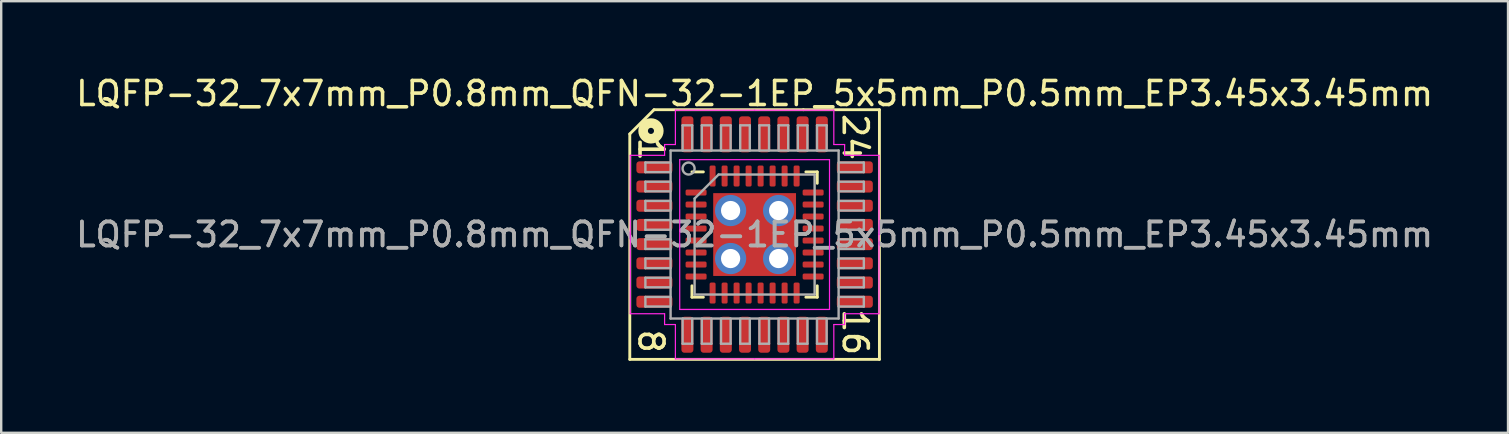
<source format=kicad_pcb>
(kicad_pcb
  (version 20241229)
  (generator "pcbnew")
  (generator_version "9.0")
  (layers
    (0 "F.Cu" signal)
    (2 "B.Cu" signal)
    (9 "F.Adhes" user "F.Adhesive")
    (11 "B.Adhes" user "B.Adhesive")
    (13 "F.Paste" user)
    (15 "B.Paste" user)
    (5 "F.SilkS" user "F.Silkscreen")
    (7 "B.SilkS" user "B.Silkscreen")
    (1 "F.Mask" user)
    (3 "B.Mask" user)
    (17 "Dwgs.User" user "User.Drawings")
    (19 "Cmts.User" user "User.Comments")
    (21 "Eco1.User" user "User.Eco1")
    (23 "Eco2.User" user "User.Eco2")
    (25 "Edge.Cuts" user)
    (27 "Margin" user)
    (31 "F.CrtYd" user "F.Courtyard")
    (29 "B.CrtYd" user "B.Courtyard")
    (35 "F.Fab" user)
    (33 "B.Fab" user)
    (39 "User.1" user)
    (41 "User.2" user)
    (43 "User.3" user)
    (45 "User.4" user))
  (footprint "LQFP-32_7x7mm_P0.8mm_QFN-32-1EP_5x5mm_P0.5mm_EP3.45x3.45mm"
    (layer "F.Cu")
    (at 28.387 6.721)
    (property "Reference" "LQFP-32_7x7mm_P0.8mm_QFN-32-1EP_5x5mm_P0.5mm_EP3.45x3.45mm" (at 0 -5.873 0) (layer "F.SilkS") (effects (font (size 1 1) (thickness 0.15))))
    (attr smd)
    (fp_line (start -5.2 -4.191) (end -5.2 5.2) (stroke (width 0.12) (type solid)) (layer "F.SilkS"))
    (fp_line (start -5.2 5.2) (end 5.2 5.2) (stroke (width 0.12) (type solid)) (layer "F.SilkS"))
    (fp_line (start -4.191 -5.2) (end -5.2 -4.191) (stroke (width 0.12) (type solid)) (layer "F.SilkS"))
    (fp_line (start -2.61 2.61) (end -2.61 2.135) (stroke (width 0.12) (type solid)) (layer "F.SilkS"))
    (fp_line (start -2.135 -2.61) (end -2.61 -2.61) (stroke (width 0.12) (type solid)) (layer "F.SilkS"))
    (fp_line (start -2.135 2.61) (end -2.61 2.61) (stroke (width 0.12) (type solid)) (layer "F.SilkS"))
    (fp_line (start 2.032 -5.2) (end -4.191 -5.2) (stroke (width 0.12) (type solid)) (layer "F.SilkS"))
    (fp_line (start 2.135 -2.61) (end 2.61 -2.61) (stroke (width 0.12) (type solid)) (layer "F.SilkS"))
    (fp_line (start 2.135 2.61) (end 2.61 2.61) (stroke (width 0.12) (type solid)) (layer "F.SilkS"))
    (fp_line (start 2.61 -2.61) (end 2.61 -2.135) (stroke (width 0.12) (type solid)) (layer "F.SilkS"))
    (fp_line (start 2.61 2.61) (end 2.61 2.135) (stroke (width 0.12) (type solid)) (layer "F.SilkS"))
    (fp_line (start 5.2 -5.2) (end 2.032 -5.2) (stroke (width 0.12) (type solid)) (layer "F.SilkS"))
    (fp_line (start 5.2 5.2) (end 5.2 -5.2) (stroke (width 0.12) (type solid)) (layer "F.SilkS"))
    (fp_circle (center -4.318 -4.318) (end -4.191 -4.318) (stroke (width 0.4) (type solid)) (fill no) (layer "F.SilkS"))
    (fp_line (start -5.18 -3.3) (end -5.18 0) (stroke (width 0.05) (type solid)) (layer "F.CrtYd"))
    (fp_line (start -5.18 3.3) (end -5.18 0) (stroke (width 0.05) (type solid)) (layer "F.CrtYd"))
    (fp_line (start -3.75 -3.75) (end -3.75 -3.3) (stroke (width 0.05) (type solid)) (layer "F.CrtYd"))
    (fp_line (start -3.75 -3.3) (end -5.18 -3.3) (stroke (width 0.05) (type solid)) (layer "F.CrtYd"))
    (fp_line (start -3.75 3.3) (end -5.18 3.3) (stroke (width 0.05) (type solid)) (layer "F.CrtYd"))
    (fp_line (start -3.75 3.75) (end -3.75 3.3) (stroke (width 0.05) (type solid)) (layer "F.CrtYd"))
    (fp_line (start -3.3 -5.18) (end -3.3 -3.75) (stroke (width 0.05) (type solid)) (layer "F.CrtYd"))
    (fp_line (start -3.3 -3.75) (end -3.75 -3.75) (stroke (width 0.05) (type solid)) (layer "F.CrtYd"))
    (fp_line (start -3.3 3.75) (end -3.75 3.75) (stroke (width 0.05) (type solid)) (layer "F.CrtYd"))
    (fp_line (start -3.3 5.18) (end -3.3 3.75) (stroke (width 0.05) (type solid)) (layer "F.CrtYd"))
    (fp_line (start -3.12 -3.12) (end -3.12 3.12) (stroke (width 0.05) (type solid)) (layer "F.CrtYd"))
    (fp_line (start -3.12 3.12) (end 3.12 3.12) (stroke (width 0.05) (type solid)) (layer "F.CrtYd"))
    (fp_line (start 0 -5.18) (end -3.3 -5.18) (stroke (width 0.05) (type solid)) (layer "F.CrtYd"))
    (fp_line (start 0 -5.18) (end 3.3 -5.18) (stroke (width 0.05) (type solid)) (layer "F.CrtYd"))
    (fp_line (start 0 5.18) (end -3.3 5.18) (stroke (width 0.05) (type solid)) (layer "F.CrtYd"))
    (fp_line (start 0 5.18) (end 3.3 5.18) (stroke (width 0.05) (type solid)) (layer "F.CrtYd"))
    (fp_line (start 3.12 -3.12) (end -3.12 -3.12) (stroke (width 0.05) (type solid)) (layer "F.CrtYd"))
    (fp_line (start 3.12 3.12) (end 3.12 -3.12) (stroke (width 0.05) (type solid)) (layer "F.CrtYd"))
    (fp_line (start 3.3 -5.18) (end 3.3 -3.75) (stroke (width 0.05) (type solid)) (layer "F.CrtYd"))
    (fp_line (start 3.3 -3.75) (end 3.75 -3.75) (stroke (width 0.05) (type solid)) (layer "F.CrtYd"))
    (fp_line (start 3.3 3.75) (end 3.75 3.75) (stroke (width 0.05) (type solid)) (layer "F.CrtYd"))
    (fp_line (start 3.3 5.18) (end 3.3 3.75) (stroke (width 0.05) (type solid)) (layer "F.CrtYd"))
    (fp_line (start 3.75 -3.75) (end 3.75 -3.3) (stroke (width 0.05) (type solid)) (layer "F.CrtYd"))
    (fp_line (start 3.75 -3.3) (end 5.18 -3.3) (stroke (width 0.05) (type solid)) (layer "F.CrtYd"))
    (fp_line (start 3.75 3.3) (end 5.18 3.3) (stroke (width 0.05) (type solid)) (layer "F.CrtYd"))
    (fp_line (start 3.75 3.75) (end 3.75 3.3) (stroke (width 0.05) (type solid)) (layer "F.CrtYd"))
    (fp_line (start 5.18 -3.3) (end 5.18 0) (stroke (width 0.05) (type solid)) (layer "F.CrtYd"))
    (fp_line (start 5.18 3.3) (end 5.18 0) (stroke (width 0.05) (type solid)) (layer "F.CrtYd"))
    (fp_line (start -4.55 -3) (end -4.55 -2.6) (stroke (width 0.1) (type solid)) (layer "F.Fab"))
    (fp_line (start -4.55 -3) (end -3.5 -3) (stroke (width 0.1) (type solid)) (layer "F.Fab"))
    (fp_line (start -4.55 -2.6) (end -3.5 -2.6) (stroke (width 0.1) (type solid)) (layer "F.Fab"))
    (fp_line (start -4.55 -2.2) (end -4.55 -1.8) (stroke (width 0.1) (type solid)) (layer "F.Fab"))
    (fp_line (start -4.55 -2.2) (end -3.5 -2.2) (stroke (width 0.1) (type solid)) (layer "F.Fab"))
    (fp_line (start -4.55 -1.8) (end -3.5 -1.8) (stroke (width 0.1) (type solid)) (layer "F.Fab"))
    (fp_line (start -4.55 -1.4) (end -4.55 -1) (stroke (width 0.1) (type solid)) (layer "F.Fab"))
    (fp_line (start -4.55 -1.4) (end -3.5 -1.4) (stroke (width 0.1) (type solid)) (layer "F.Fab"))
    (fp_line (start -4.55 -1) (end -3.5 -1) (stroke (width 0.1) (type solid)) (layer "F.Fab"))
    (fp_line (start -4.55 -0.6) (end -4.55 -0.2) (stroke (width 0.1) (type solid)) (layer "F.Fab"))
    (fp_line (start -4.55 -0.6) (end -3.5 -0.6) (stroke (width 0.1) (type solid)) (layer "F.Fab"))
    (fp_line (start -4.55 -0.2) (end -3.5 -0.2) (stroke (width 0.1) (type solid)) (layer "F.Fab"))
    (fp_line (start -4.55 0.2) (end -4.55 0.6) (stroke (width 0.1) (type solid)) (layer "F.Fab"))
    (fp_line (start -4.55 0.2) (end -3.5 0.2) (stroke (width 0.1) (type solid)) (layer "F.Fab"))
    (fp_line (start -4.55 0.6) (end -3.5 0.6) (stroke (width 0.1) (type solid)) (layer "F.Fab"))
    (fp_line (start -4.55 1) (end -4.55 1.4) (stroke (width 0.1) (type solid)) (layer "F.Fab"))
    (fp_line (start -4.55 1) (end -3.5 1) (stroke (width 0.1) (type solid)) (layer "F.Fab"))
    (fp_line (start -4.55 1.4) (end -3.5 1.4) (stroke (width 0.1) (type solid)) (layer "F.Fab"))
    (fp_line (start -4.55 1.8) (end -4.55 2.2) (stroke (width 0.1) (type solid)) (layer "F.Fab"))
    (fp_line (start -4.55 1.8) (end -3.5 1.8) (stroke (width 0.1) (type solid)) (layer "F.Fab"))
    (fp_line (start -4.55 2.2) (end -3.5 2.2) (stroke (width 0.1) (type solid)) (layer "F.Fab"))
    (fp_line (start -4.55 2.6) (end -4.55 3) (stroke (width 0.1) (type solid)) (layer "F.Fab"))
    (fp_line (start -4.55 2.6) (end -3.5 2.6) (stroke (width 0.1) (type solid)) (layer "F.Fab"))
    (fp_line (start -4.55 3) (end -3.5 3) (stroke (width 0.1) (type solid)) (layer "F.Fab"))
    (fp_line (start -3.5 -3.5) (end 3.5 -3.5) (stroke (width 0.1) (type solid)) (layer "F.Fab"))
    (fp_line (start -3.5 3.5) (end -3.5 -3.5) (stroke (width 0.1) (type solid)) (layer "F.Fab"))
    (fp_line (start -3 -4.55) (end -3 -3.5) (stroke (width 0.1) (type solid)) (layer "F.Fab"))
    (fp_line (start -3 4.55) (end -3 3.5) (stroke (width 0.1) (type solid)) (layer "F.Fab"))
    (fp_line (start -3 4.55) (end -2.6 4.55) (stroke (width 0.1) (type solid)) (layer "F.Fab"))
    (fp_line (start -2.6 -4.55) (end -3 -4.55) (stroke (width 0.1) (type solid)) (layer "F.Fab"))
    (fp_line (start -2.6 -4.55) (end -2.6 -3.5) (stroke (width 0.1) (type solid)) (layer "F.Fab"))
    (fp_line (start -2.6 4.55) (end -2.6 3.5) (stroke (width 0.1) (type solid)) (layer "F.Fab"))
    (fp_line (start -2.5 -1.5) (end -1.5 -2.5) (stroke (width 0.1) (type solid)) (layer "F.Fab"))
    (fp_line (start -2.5 2.5) (end -2.5 -1.5) (stroke (width 0.1) (type solid)) (layer "F.Fab"))
    (fp_line (start -2.2 -4.55) (end -2.2 -3.5) (stroke (width 0.1) (type solid)) (layer "F.Fab"))
    (fp_line (start -2.2 4.55) (end -2.2 3.5) (stroke (width 0.1) (type solid)) (layer "F.Fab"))
    (fp_line (start -2.2 4.55) (end -1.8 4.55) (stroke (width 0.1) (type solid)) (layer "F.Fab"))
    (fp_line (start -1.8 -4.55) (end -2.2 -4.55) (stroke (width 0.1) (type solid)) (layer "F.Fab"))
    (fp_line (start -1.8 -4.55) (end -1.8 -3.5) (stroke (width 0.1) (type solid)) (layer "F.Fab"))
    (fp_line (start -1.8 4.55) (end -1.8 3.5) (stroke (width 0.1) (type solid)) (layer "F.Fab"))
    (fp_line (start -1.5 -2.5) (end 2.5 -2.5) (stroke (width 0.1) (type solid)) (layer "F.Fab"))
    (fp_line (start -1.4 -4.55) (end -1.4 -3.5) (stroke (width 0.1) (type solid)) (layer "F.Fab"))
    (fp_line (start -1.4 4.55) (end -1.4 3.5) (stroke (width 0.1) (type solid)) (layer "F.Fab"))
    (fp_line (start -1.4 4.55) (end -1 4.55) (stroke (width 0.1) (type solid)) (layer "F.Fab"))
    (fp_line (start -1 -4.55) (end -1.4 -4.55) (stroke (width 0.1) (type solid)) (layer "F.Fab"))
    (fp_line (start -1 -4.55) (end -1 -3.5) (stroke (width 0.1) (type solid)) (layer "F.Fab"))
    (fp_line (start -1 4.55) (end -1 3.5) (stroke (width 0.1) (type solid)) (layer "F.Fab"))
    (fp_line (start -0.6 -4.55) (end -0.6 -3.5) (stroke (width 0.1) (type solid)) (layer "F.Fab"))
    (fp_line (start -0.6 4.55) (end -0.6 3.5) (stroke (width 0.1) (type solid)) (layer "F.Fab"))
    (fp_line (start -0.6 4.55) (end -0.2 4.55) (stroke (width 0.1) (type solid)) (layer "F.Fab"))
    (fp_line (start -0.2 -4.55) (end -0.6 -4.55) (stroke (width 0.1) (type solid)) (layer "F.Fab"))
    (fp_line (start -0.2 -4.55) (end -0.2 -3.5) (stroke (width 0.1) (type solid)) (layer "F.Fab"))
    (fp_line (start -0.2 4.55) (end -0.2 3.5) (stroke (width 0.1) (type solid)) (layer "F.Fab"))
    (fp_line (start 0.2 -4.55) (end 0.2 -3.5) (stroke (width 0.1) (type solid)) (layer "F.Fab"))
    (fp_line (start 0.2 4.55) (end 0.2 3.5) (stroke (width 0.1) (type solid)) (layer "F.Fab"))
    (fp_line (start 0.2 4.55) (end 0.6 4.55) (stroke (width 0.1) (type solid)) (layer "F.Fab"))
    (fp_line (start 0.6 -4.55) (end 0.2 -4.55) (stroke (width 0.1) (type solid)) (layer "F.Fab"))
    (fp_line (start 0.6 -4.55) (end 0.6 -3.5) (stroke (width 0.1) (type solid)) (layer "F.Fab"))
    (fp_line (start 0.6 4.55) (end 0.6 3.5) (stroke (width 0.1) (type solid)) (layer "F.Fab"))
    (fp_line (start 1 -4.55) (end 1 -3.5) (stroke (width 0.1) (type solid)) (layer "F.Fab"))
    (fp_line (start 1 4.55) (end 1 3.5) (stroke (width 0.1) (type solid)) (layer "F.Fab"))
    (fp_line (start 1 4.55) (end 1.4 4.55) (stroke (width 0.1) (type solid)) (layer "F.Fab"))
    (fp_line (start 1.4 -4.55) (end 1 -4.55) (stroke (width 0.1) (type solid)) (layer "F.Fab"))
    (fp_line (start 1.4 -4.55) (end 1.4 -3.5) (stroke (width 0.1) (type solid)) (layer "F.Fab"))
    (fp_line (start 1.4 4.55) (end 1.4 3.5) (stroke (width 0.1) (type solid)) (layer "F.Fab"))
    (fp_line (start 1.8 -4.55) (end 1.8 -3.5) (stroke (width 0.1) (type solid)) (layer "F.Fab"))
    (fp_line (start 1.8 4.55) (end 1.8 3.5) (stroke (width 0.1) (type solid)) (layer "F.Fab"))
    (fp_line (start 1.8 4.55) (end 2.2 4.55) (stroke (width 0.1) (type solid)) (layer "F.Fab"))
    (fp_line (start 2.2 -4.55) (end 1.8 -4.55) (stroke (width 0.1) (type solid)) (layer "F.Fab"))
    (fp_line (start 2.2 -4.55) (end 2.2 -3.5) (stroke (width 0.1) (type solid)) (layer "F.Fab"))
    (fp_line (start 2.2 4.55) (end 2.2 3.5) (stroke (width 0.1) (type solid)) (layer "F.Fab"))
    (fp_line (start 2.5 -2.5) (end 2.5 2.5) (stroke (width 0.1) (type solid)) (layer "F.Fab"))
    (fp_line (start 2.5 2.5) (end -2.5 2.5) (stroke (width 0.1) (type solid)) (layer "F.Fab"))
    (fp_line (start 2.6 -4.55) (end 2.6 -3.5) (stroke (width 0.1) (type solid)) (layer "F.Fab"))
    (fp_line (start 2.6 4.55) (end 2.6 3.5) (stroke (width 0.1) (type solid)) (layer "F.Fab"))
    (fp_line (start 2.6 4.55) (end 3 4.55) (stroke (width 0.1) (type solid)) (layer "F.Fab"))
    (fp_line (start 3 -4.55) (end 2.6 -4.55) (stroke (width 0.1) (type solid)) (layer "F.Fab"))
    (fp_line (start 3 -4.55) (end 3 -3.5) (stroke (width 0.1) (type solid)) (layer "F.Fab"))
    (fp_line (start 3 4.55) (end 3 3.5) (stroke (width 0.1) (type solid)) (layer "F.Fab"))
    (fp_line (start 3.5 -3.5) (end 3.5 3.5) (stroke (width 0.1) (type solid)) (layer "F.Fab"))
    (fp_line (start 3.5 3.5) (end -3.5 3.5) (stroke (width 0.1) (type solid)) (layer "F.Fab"))
    (fp_line (start 4.55 -3) (end 3.5 -3) (stroke (width 0.1) (type solid)) (layer "F.Fab"))
    (fp_line (start 4.55 -2.6) (end 3.5 -2.6) (stroke (width 0.1) (type solid)) (layer "F.Fab"))
    (fp_line (start 4.55 -2.6) (end 4.55 -3) (stroke (width 0.1) (type solid)) (layer "F.Fab"))
    (fp_line (start 4.55 -2.2) (end 3.5 -2.2) (stroke (width 0.1) (type solid)) (layer "F.Fab"))
    (fp_line (start 4.55 -1.8) (end 3.5 -1.8) (stroke (width 0.1) (type solid)) (layer "F.Fab"))
    (fp_line (start 4.55 -1.8) (end 4.55 -2.2) (stroke (width 0.1) (type solid)) (layer "F.Fab"))
    (fp_line (start 4.55 -1.4) (end 3.5 -1.4) (stroke (width 0.1) (type solid)) (layer "F.Fab"))
    (fp_line (start 4.55 -1) (end 3.5 -1) (stroke (width 0.1) (type solid)) (layer "F.Fab"))
    (fp_line (start 4.55 -1) (end 4.55 -1.4) (stroke (width 0.1) (type solid)) (layer "F.Fab"))
    (fp_line (start 4.55 -0.6) (end 3.5 -0.6) (stroke (width 0.1) (type solid)) (layer "F.Fab"))
    (fp_line (start 4.55 -0.2) (end 3.5 -0.2) (stroke (width 0.1) (type solid)) (layer "F.Fab"))
    (fp_line (start 4.55 -0.2) (end 4.55 -0.6) (stroke (width 0.1) (type solid)) (layer "F.Fab"))
    (fp_line (start 4.55 0.2) (end 3.5 0.2) (stroke (width 0.1) (type solid)) (layer "F.Fab"))
    (fp_line (start 4.55 0.6) (end 3.5 0.6) (stroke (width 0.1) (type solid)) (layer "F.Fab"))
    (fp_line (start 4.55 0.6) (end 4.55 0.2) (stroke (width 0.1) (type solid)) (layer "F.Fab"))
    (fp_line (start 4.55 1) (end 3.5 1) (stroke (width 0.1) (type solid)) (layer "F.Fab"))
    (fp_line (start 4.55 1.4) (end 3.5 1.4) (stroke (width 0.1) (type solid)) (layer "F.Fab"))
    (fp_line (start 4.55 1.4) (end 4.55 1) (stroke (width 0.1) (type solid)) (layer "F.Fab"))
    (fp_line (start 4.55 1.8) (end 3.5 1.8) (stroke (width 0.1) (type solid)) (layer "F.Fab"))
    (fp_line (start 4.55 2.2) (end 3.5 2.2) (stroke (width 0.1) (type solid)) (layer "F.Fab"))
    (fp_line (start 4.55 2.2) (end 4.55 1.8) (stroke (width 0.1) (type solid)) (layer "F.Fab"))
    (fp_line (start 4.55 2.6) (end 3.5 2.6) (stroke (width 0.1) (type solid)) (layer "F.Fab"))
    (fp_line (start 4.55 3) (end 3.5 3) (stroke (width 0.1) (type solid)) (layer "F.Fab"))
    (fp_line (start 4.55 3) (end 4.55 2.6) (stroke (width 0.1) (type solid)) (layer "F.Fab"))
    (fp_circle (center -2.75 -2.75) (end -2.5 -2.75) (stroke (width 0.1) (type solid)) (fill no) (layer "F.Fab"))
    (fp_text user "24" (at 4.191 -4.064 270) (unlocked yes) (layer "F.SilkS") (effects (font (size 1 1) (thickness 0.15))))
    (fp_text user "1" (at -4.318 -3.556 270) (unlocked yes) (layer "F.SilkS") (effects (font (size 1 1) (thickness 0.15))))
    (fp_text user "16" (at 4.191 4.064 270) (unlocked yes) (layer "F.SilkS") (effects (font (size 1 1) (thickness 0.15))))
    (fp_text user "8" (at -4.318 4.445 270) (unlocked yes) (layer "F.SilkS") (effects (font (size 1 1) (thickness 0.15))))
    (fp_text user "${REFERENCE}" (at 0 0 0) (layer "F.Fab") (effects (font (size 1 1) (thickness 0.15))))
    (fp_text user "${REFERENCE}" (at 0 0 0) (layer "F.Fab") (effects (font (size 1 1) (thickness 0.15))))
    (pad "" smd roundrect (at -1.15 -1.15) (size 0.93 0.93) (layers "F.Paste") (roundrect_rratio 0.25))
    (pad "" smd roundrect (at -1.15 0) (size 0.93 0.93) (layers "F.Paste") (roundrect_rratio 0.25))
    (pad "" smd roundrect (at -1.15 1.15) (size 0.93 0.93) (layers "F.Paste") (roundrect_rratio 0.25))
    (pad "" smd roundrect (at 0 -1.15) (size 0.93 0.93) (layers "F.Paste") (roundrect_rratio 0.25))
    (pad "" smd roundrect (at 0 0) (size 0.93 0.93) (layers "F.Paste") (roundrect_rratio 0.25))
    (pad "" smd roundrect (at 0 1.15) (size 0.93 0.93) (layers "F.Paste") (roundrect_rratio 0.25))
    (pad "" smd roundrect (at 1.15 -1.15) (size 0.93 0.93) (layers "F.Paste") (roundrect_rratio 0.25))
    (pad "" smd roundrect (at 1.15 0) (size 0.93 0.93) (layers "F.Paste") (roundrect_rratio 0.25))
    (pad "" smd roundrect (at 1.15 1.15) (size 0.93 0.93) (layers "F.Paste") (roundrect_rratio 0.25))
    (pad "1" smd roundrect (at -4.175 -2.8) (size 1.5 0.5) (layers "F.Cu" "F.Mask" "F.Paste") (roundrect_rratio 0.25))
    (pad "1" smd roundrect (at -2.438 -1.75) (size 0.875 0.25) (layers "F.Cu" "F.Mask" "F.Paste") (roundrect_rratio 0.25))
    (pad "1" thru_hole circle (at -1 -1) (size 1.3 1.3) (drill 0.8) (property pad_prop_heatsink) (layers "*.Cu"))
    (pad "2" smd roundrect (at -4.175 -2) (size 1.5 0.5) (layers "F.Cu" "F.Mask" "F.Paste") (roundrect_rratio 0.25))
    (pad "2" smd roundrect (at -2.438 -1.25) (size 0.875 0.25) (layers "F.Cu" "F.Mask" "F.Paste") (roundrect_rratio 0.25))
    (pad "2" thru_hole circle (at 1 -1) (size 1.3 1.3) (drill 0.8) (property pad_prop_heatsink) (layers "*.Cu"))
    (pad "3" smd roundrect (at -4.175 -1.2) (size 1.5 0.5) (layers "F.Cu" "F.Mask" "F.Paste") (roundrect_rratio 0.25))
    (pad "3" smd roundrect (at -2.438 -0.75) (size 0.875 0.25) (layers "F.Cu" "F.Mask" "F.Paste") (roundrect_rratio 0.25))
    (pad "3" thru_hole circle (at -1 1) (size 1.3 1.3) (drill 0.8) (property pad_prop_heatsink) (layers "*.Cu"))
    (pad "4" smd roundrect (at -4.175 -0.4) (size 1.5 0.5) (layers "F.Cu" "F.Mask" "F.Paste") (roundrect_rratio 0.25))
    (pad "4" smd roundrect (at -2.438 -0.25) (size 0.875 0.25) (layers "F.Cu" "F.Mask" "F.Paste") (roundrect_rratio 0.25))
    (pad "4" thru_hole circle (at 1 1) (size 1.3 1.3) (drill 0.8) (property pad_prop_heatsink) (layers "*.Cu"))
    (pad "5" smd roundrect (at -4.175 0.4) (size 1.5 0.5) (layers "F.Cu" "F.Mask" "F.Paste") (roundrect_rratio 0.25))
    (pad "5" smd roundrect (at -2.438 0.25) (size 0.875 0.25) (layers "F.Cu" "F.Mask" "F.Paste") (roundrect_rratio 0.25))
    (pad "6" smd roundrect (at -4.175 1.2) (size 1.5 0.5) (layers "F.Cu" "F.Mask" "F.Paste") (roundrect_rratio 0.25))
    (pad "6" smd roundrect (at -2.438 0.75) (size 0.875 0.25) (layers "F.Cu" "F.Mask" "F.Paste") (roundrect_rratio 0.25))
    (pad "7" smd roundrect (at -4.175 2) (size 1.5 0.5) (layers "F.Cu" "F.Mask" "F.Paste") (roundrect_rratio 0.25))
    (pad "7" smd roundrect (at -2.438 1.25) (size 0.875 0.25) (layers "F.Cu" "F.Mask" "F.Paste") (roundrect_rratio 0.25))
    (pad "8" smd roundrect (at -4.175 2.8) (size 1.5 0.5) (layers "F.Cu" "F.Mask" "F.Paste") (roundrect_rratio 0.25))
    (pad "8" smd roundrect (at -2.438 1.75) (size 0.875 0.25) (layers "F.Cu" "F.Mask" "F.Paste") (roundrect_rratio 0.25))
    (pad "9" smd roundrect (at -2.8 4.175) (size 0.5 1.5) (layers "F.Cu" "F.Mask" "F.Paste") (roundrect_rratio 0.25))
    (pad "9" smd roundrect (at -1.75 2.438) (size 0.25 0.875) (layers "F.Cu" "F.Mask" "F.Paste") (roundrect_rratio 0.25))
    (pad "10" smd roundrect (at -2 4.175) (size 0.5 1.5) (layers "F.Cu" "F.Mask" "F.Paste") (roundrect_rratio 0.25))
    (pad "10" smd roundrect (at -1.25 2.438) (size 0.25 0.875) (layers "F.Cu" "F.Mask" "F.Paste") (roundrect_rratio 0.25))
    (pad "11" smd roundrect (at -1.2 4.175) (size 0.5 1.5) (layers "F.Cu" "F.Mask" "F.Paste") (roundrect_rratio 0.25))
    (pad "11" smd roundrect (at -0.75 2.438) (size 0.25 0.875) (layers "F.Cu" "F.Mask" "F.Paste") (roundrect_rratio 0.25))
    (pad "12" smd roundrect (at -0.4 4.175) (size 0.5 1.5) (layers "F.Cu" "F.Mask" "F.Paste") (roundrect_rratio 0.25))
    (pad "12" smd roundrect (at -0.25 2.438) (size 0.25 0.875) (layers "F.Cu" "F.Mask" "F.Paste") (roundrect_rratio 0.25))
    (pad "13" smd roundrect (at 0.25 2.438) (size 0.25 0.875) (layers "F.Cu" "F.Mask" "F.Paste") (roundrect_rratio 0.25))
    (pad "13" smd roundrect (at 0.4 4.175) (size 0.5 1.5) (layers "F.Cu" "F.Mask" "F.Paste") (roundrect_rratio 0.25))
    (pad "14" smd roundrect (at 0.75 2.438) (size 0.25 0.875) (layers "F.Cu" "F.Mask" "F.Paste") (roundrect_rratio 0.25))
    (pad "14" smd roundrect (at 1.2 4.175) (size 0.5 1.5) (layers "F.Cu" "F.Mask" "F.Paste") (roundrect_rratio 0.25))
    (pad "15" smd roundrect (at 1.25 2.438) (size 0.25 0.875) (layers "F.Cu" "F.Mask" "F.Paste") (roundrect_rratio 0.25))
    (pad "15" smd roundrect (at 2 4.175) (size 0.5 1.5) (layers "F.Cu" "F.Mask" "F.Paste") (roundrect_rratio 0.25))
    (pad "16" smd roundrect (at 1.75 2.438) (size 0.25 0.875) (layers "F.Cu" "F.Mask" "F.Paste") (roundrect_rratio 0.25))
    (pad "16" smd roundrect (at 2.8 4.175) (size 0.5 1.5) (layers "F.Cu" "F.Mask" "F.Paste") (roundrect_rratio 0.25))
    (pad "17" smd roundrect (at 2.438 1.75) (size 0.875 0.25) (layers "F.Cu" "F.Mask" "F.Paste") (roundrect_rratio 0.25))
    (pad "17" smd roundrect (at 4.175 2.8) (size 1.5 0.5) (layers "F.Cu" "F.Mask" "F.Paste") (roundrect_rratio 0.25))
    (pad "18" smd roundrect (at 2.438 1.25) (size 0.875 0.25) (layers "F.Cu" "F.Mask" "F.Paste") (roundrect_rratio 0.25))
    (pad "18" smd roundrect (at 4.175 2) (size 1.5 0.5) (layers "F.Cu" "F.Mask" "F.Paste") (roundrect_rratio 0.25))
    (pad "19" smd roundrect (at 2.438 0.75) (size 0.875 0.25) (layers "F.Cu" "F.Mask" "F.Paste") (roundrect_rratio 0.25))
    (pad "19" smd roundrect (at 4.175 1.2) (size 1.5 0.5) (layers "F.Cu" "F.Mask" "F.Paste") (roundrect_rratio 0.25))
    (pad "20" smd roundrect (at 2.438 0.25) (size 0.875 0.25) (layers "F.Cu" "F.Mask" "F.Paste") (roundrect_rratio 0.25))
    (pad "20" smd roundrect (at 4.175 0.4) (size 1.5 0.5) (layers "F.Cu" "F.Mask" "F.Paste") (roundrect_rratio 0.25))
    (pad "21" smd roundrect (at 2.438 -0.25) (size 0.875 0.25) (layers "F.Cu" "F.Mask" "F.Paste") (roundrect_rratio 0.25))
    (pad "21" smd roundrect (at 4.175 -0.4) (size 1.5 0.5) (layers "F.Cu" "F.Mask" "F.Paste") (roundrect_rratio 0.25))
    (pad "22" smd roundrect (at 2.438 -0.75) (size 0.875 0.25) (layers "F.Cu" "F.Mask" "F.Paste") (roundrect_rratio 0.25))
    (pad "22" smd roundrect (at 4.175 -1.2) (size 1.5 0.5) (layers "F.Cu" "F.Mask" "F.Paste") (roundrect_rratio 0.25))
    (pad "23" smd roundrect (at 2.438 -1.25) (size 0.875 0.25) (layers "F.Cu" "F.Mask" "F.Paste") (roundrect_rratio 0.25))
    (pad "23" smd roundrect (at 4.175 -2) (size 1.5 0.5) (layers "F.Cu" "F.Mask" "F.Paste") (roundrect_rratio 0.25))
    (pad "24" smd roundrect (at 2.438 -1.75) (size 0.875 0.25) (layers "F.Cu" "F.Mask" "F.Paste") (roundrect_rratio 0.25))
    (pad "24" smd roundrect (at 4.175 -2.8) (size 1.5 0.5) (layers "F.Cu" "F.Mask" "F.Paste") (roundrect_rratio 0.25))
    (pad "25" smd roundrect (at 1.75 -2.438) (size 0.25 0.875) (layers "F.Cu" "F.Mask" "F.Paste") (roundrect_rratio 0.25))
    (pad "25" smd roundrect (at 2.8 -4.175) (size 0.5 1.5) (layers "F.Cu" "F.Mask" "F.Paste") (roundrect_rratio 0.25))
    (pad "26" smd roundrect (at 1.25 -2.438) (size 0.25 0.875) (layers "F.Cu" "F.Mask" "F.Paste") (roundrect_rratio 0.25))
    (pad "26" smd roundrect (at 2 -4.175) (size 0.5 1.5) (layers "F.Cu" "F.Mask" "F.Paste") (roundrect_rratio 0.25))
    (pad "27" smd roundrect (at 0.75 -2.438) (size 0.25 0.875) (layers "F.Cu" "F.Mask" "F.Paste") (roundrect_rratio 0.25))
    (pad "27" smd roundrect (at 1.2 -4.175) (size 0.5 1.5) (layers "F.Cu" "F.Mask" "F.Paste") (roundrect_rratio 0.25))
    (pad "28" smd roundrect (at 0.25 -2.438) (size 0.25 0.875) (layers "F.Cu" "F.Mask" "F.Paste") (roundrect_rratio 0.25))
    (pad "28" smd roundrect (at 0.4 -4.175) (size 0.5 1.5) (layers "F.Cu" "F.Mask" "F.Paste") (roundrect_rratio 0.25))
    (pad "29" smd roundrect (at -0.4 -4.175) (size 0.5 1.5) (layers "F.Cu" "F.Mask" "F.Paste") (roundrect_rratio 0.25))
    (pad "29" smd roundrect (at -0.25 -2.438) (size 0.25 0.875) (layers "F.Cu" "F.Mask" "F.Paste") (roundrect_rratio 0.25))
    (pad "30" smd roundrect (at -1.2 -4.175) (size 0.5 1.5) (layers "F.Cu" "F.Mask" "F.Paste") (roundrect_rratio 0.25))
    (pad "30" smd roundrect (at -0.75 -2.438) (size 0.25 0.875) (layers "F.Cu" "F.Mask" "F.Paste") (roundrect_rratio 0.25))
    (pad "31" smd roundrect (at -2 -4.175) (size 0.5 1.5) (layers "F.Cu" "F.Mask" "F.Paste") (roundrect_rratio 0.25))
    (pad "31" smd roundrect (at -1.25 -2.438) (size 0.25 0.875) (layers "F.Cu" "F.Mask" "F.Paste") (roundrect_rratio 0.25))
    (pad "32" smd roundrect (at -2.8 -4.175) (size 0.5 1.5) (layers "F.Cu" "F.Mask" "F.Paste") (roundrect_rratio 0.25))
    (pad "32" smd roundrect (at -1.75 -2.438) (size 0.25 0.875) (layers "F.Cu" "F.Mask" "F.Paste") (roundrect_rratio 0.25))
    (pad "33" smd rect (at 0 0) (size 3.45 3.45) (layers "F.Cu" "F.Mask")))
  (gr_rect
    (start -3 -3)
    (end 59.774 14.981)
    (stroke (width 0.1) (type default))
    (fill no)
    (layer "Edge.Cuts")))
</source>
